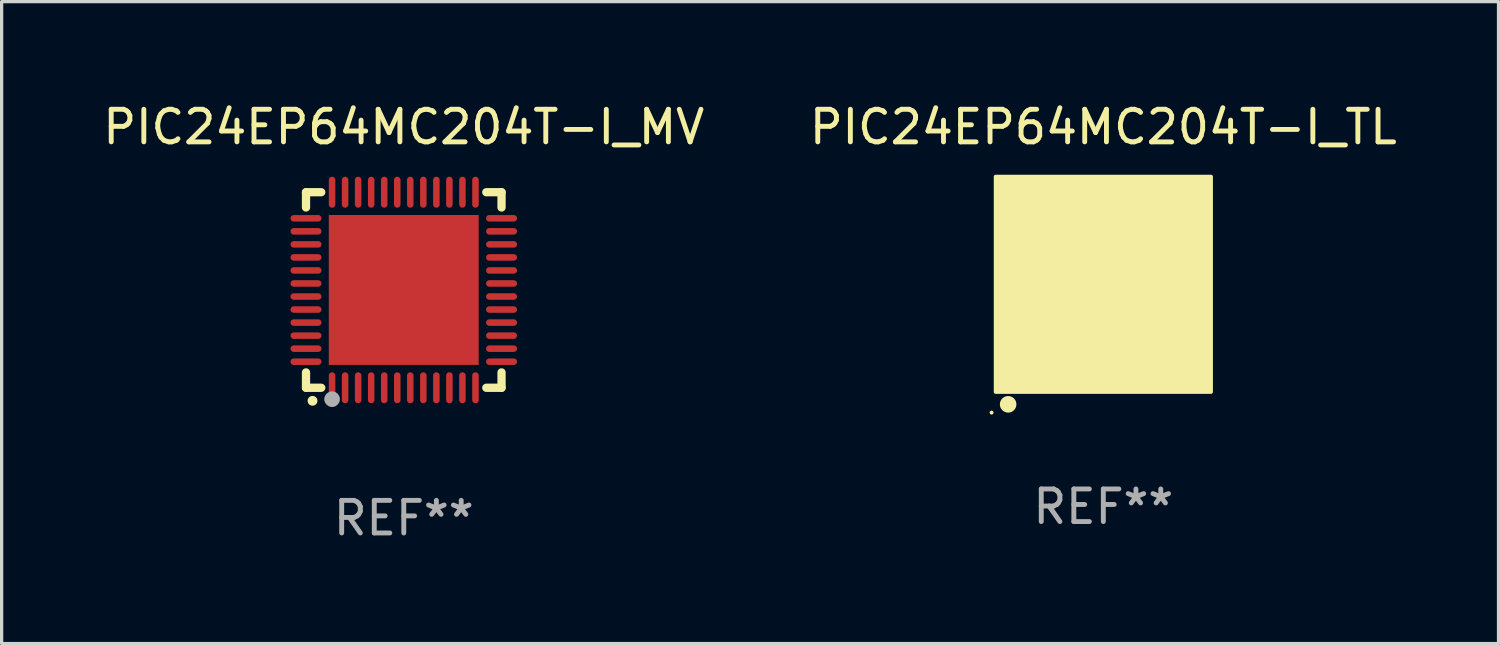
<source format=kicad_pcb>
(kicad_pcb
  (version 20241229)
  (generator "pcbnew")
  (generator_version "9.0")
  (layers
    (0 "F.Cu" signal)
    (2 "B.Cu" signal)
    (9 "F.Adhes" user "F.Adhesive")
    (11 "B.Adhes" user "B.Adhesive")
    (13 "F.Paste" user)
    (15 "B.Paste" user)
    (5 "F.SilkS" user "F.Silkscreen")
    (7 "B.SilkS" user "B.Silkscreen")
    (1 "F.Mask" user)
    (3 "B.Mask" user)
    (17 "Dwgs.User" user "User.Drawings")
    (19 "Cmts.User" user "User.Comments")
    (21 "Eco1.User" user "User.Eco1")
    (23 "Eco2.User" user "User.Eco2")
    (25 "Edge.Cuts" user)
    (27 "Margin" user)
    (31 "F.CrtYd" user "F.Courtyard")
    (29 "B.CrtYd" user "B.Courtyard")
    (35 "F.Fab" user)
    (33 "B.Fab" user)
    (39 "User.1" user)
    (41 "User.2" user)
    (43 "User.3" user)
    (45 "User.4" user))
  (footprint "PIC24EP64MC204T-I_MV"
    (layer "F.Cu")
    (at 9.339 5.848)
    (property "Reference" "PIC24EP64MC204T-I_MV" (at 0 -5 0) (layer "F.SilkS") (effects (font (size 1 1) (thickness 0.15))))
    (attr through_hole)
    (fp_line (start -3 -3) (end -2.532 -3) (stroke (width 0.254) (type solid)) (layer "F.SilkS"))
    (fp_line (start -3 -2.532) (end -3 -3) (stroke (width 0.254) (type solid)) (layer "F.SilkS"))
    (fp_line (start -3 3) (end -3 2.529) (stroke (width 0.254) (type solid)) (layer "F.SilkS"))
    (fp_line (start -2.532 3) (end -3 3) (stroke (width 0.254) (type solid)) (layer "F.SilkS"))
    (fp_line (start 2.532 -3) (end 3 -3) (stroke (width 0.254) (type solid)) (layer "F.SilkS"))
    (fp_line (start 3 -3) (end 3 -2.532) (stroke (width 0.254) (type solid)) (layer "F.SilkS"))
    (fp_line (start 3 2.529) (end 3 3) (stroke (width 0.254) (type solid)) (layer "F.SilkS"))
    (fp_line (start 3 3) (end 2.532 3) (stroke (width 0.254) (type solid)) (layer "F.SilkS"))
    (fp_arc (start -2.801295 3.400025) (mid -2.800025 3.40002) (end -2.798755 3.400025) (stroke (width 0.3) (type solid)) (layer "F.SilkS"))
    (fp_circle (center -3 3) (end -2.97 3) (stroke (width 0.06) (type solid)) (fill no) (layer "F.SilkS"))
    (fp_circle (center -2.2 3.35) (end -2.08 3.35) (stroke (width 0.24) (type solid)) (fill no) (layer "F.Fab"))
    (fp_text user "REF**" (at 0 7 0) (layer "F.Fab") (effects (font (size 1 1) (thickness 0.15))))
    (pad "1" smd oval (at -2.2 3) (size 0.2 0.95) (layers "F.Cu" "F.Mask" "F.Paste"))
    (pad "2" smd oval (at -1.8 3) (size 0.2 0.95) (layers "F.Cu" "F.Mask" "F.Paste"))
    (pad "3" smd oval (at -1.4 3) (size 0.2 0.95) (layers "F.Cu" "F.Mask" "F.Paste"))
    (pad "4" smd oval (at -1 3) (size 0.2 0.95) (layers "F.Cu" "F.Mask" "F.Paste"))
    (pad "5" smd oval (at -0.6 3) (size 0.2 0.95) (layers "F.Cu" "F.Mask" "F.Paste"))
    (pad "6" smd oval (at -0.2 3) (size 0.2 0.95) (layers "F.Cu" "F.Mask" "F.Paste"))
    (pad "7" smd oval (at 0.2 3) (size 0.2 0.95) (layers "F.Cu" "F.Mask" "F.Paste"))
    (pad "8" smd oval (at 0.6 3) (size 0.2 0.95) (layers "F.Cu" "F.Mask" "F.Paste"))
    (pad "9" smd oval (at 1 3) (size 0.2 0.95) (layers "F.Cu" "F.Mask" "F.Paste"))
    (pad "10" smd oval (at 1.4 3) (size 0.2 0.95) (layers "F.Cu" "F.Mask" "F.Paste"))
    (pad "11" smd oval (at 1.8 3) (size 0.2 0.95) (layers "F.Cu" "F.Mask" "F.Paste"))
    (pad "12" smd oval (at 2.2 3) (size 0.2 0.95) (layers "F.Cu" "F.Mask" "F.Paste"))
    (pad "13" smd oval (at 3 2.2 90) (size 0.2 0.95) (layers "F.Cu" "F.Mask" "F.Paste"))
    (pad "14" smd oval (at 3 1.8 90) (size 0.2 0.95) (layers "F.Cu" "F.Mask" "F.Paste"))
    (pad "15" smd oval (at 3 1.4 90) (size 0.2 0.95) (layers "F.Cu" "F.Mask" "F.Paste"))
    (pad "16" smd oval (at 3 1 90) (size 0.2 0.95) (layers "F.Cu" "F.Mask" "F.Paste"))
    (pad "17" smd oval (at 3 0.6 90) (size 0.2 0.95) (layers "F.Cu" "F.Mask" "F.Paste"))
    (pad "18" smd oval (at 3 0.2 90) (size 0.2 0.95) (layers "F.Cu" "F.Mask" "F.Paste"))
    (pad "19" smd oval (at 3 -0.2 90) (size 0.2 0.95) (layers "F.Cu" "F.Mask" "F.Paste"))
    (pad "20" smd oval (at 3 -0.6 90) (size 0.2 0.95) (layers "F.Cu" "F.Mask" "F.Paste"))
    (pad "21" smd oval (at 3 -1 90) (size 0.2 0.95) (layers "F.Cu" "F.Mask" "F.Paste"))
    (pad "22" smd oval (at 3 -1.4 90) (size 0.2 0.95) (layers "F.Cu" "F.Mask" "F.Paste"))
    (pad "23" smd oval (at 3 -1.8 90) (size 0.2 0.95) (layers "F.Cu" "F.Mask" "F.Paste"))
    (pad "24" smd oval (at 3 -2.2 90) (size 0.2 0.95) (layers "F.Cu" "F.Mask" "F.Paste"))
    (pad "25" smd oval (at 2.2 -3 180) (size 0.2 0.95) (layers "F.Cu" "F.Mask" "F.Paste"))
    (pad "26" smd oval (at 1.8 -3 180) (size 0.2 0.95) (layers "F.Cu" "F.Mask" "F.Paste"))
    (pad "27" smd oval (at 1.4 -3 180) (size 0.2 0.95) (layers "F.Cu" "F.Mask" "F.Paste"))
    (pad "28" smd oval (at 1 -3 180) (size 0.2 0.95) (layers "F.Cu" "F.Mask" "F.Paste"))
    (pad "29" smd oval (at 0.6 -3 180) (size 0.2 0.95) (layers "F.Cu" "F.Mask" "F.Paste"))
    (pad "30" smd oval (at 0.2 -3 180) (size 0.2 0.95) (layers "F.Cu" "F.Mask" "F.Paste"))
    (pad "31" smd oval (at -0.2 -3 180) (size 0.2 0.95) (layers "F.Cu" "F.Mask" "F.Paste"))
    (pad "32" smd oval (at -0.6 -3 180) (size 0.2 0.95) (layers "F.Cu" "F.Mask" "F.Paste"))
    (pad "33" smd oval (at -1 -3 180) (size 0.2 0.95) (layers "F.Cu" "F.Mask" "F.Paste"))
    (pad "34" smd oval (at -1.4 -3 180) (size 0.2 0.95) (layers "F.Cu" "F.Mask" "F.Paste"))
    (pad "35" smd oval (at -1.8 -3 180) (size 0.2 0.95) (layers "F.Cu" "F.Mask" "F.Paste"))
    (pad "36" smd oval (at -2.2 -3 180) (size 0.2 0.95) (layers "F.Cu" "F.Mask" "F.Paste"))
    (pad "37" smd oval (at -3 -2.2 270) (size 0.2 0.95) (layers "F.Cu" "F.Mask" "F.Paste"))
    (pad "38" smd oval (at -3 -1.8 270) (size 0.2 0.95) (layers "F.Cu" "F.Mask" "F.Paste"))
    (pad "39" smd oval (at -3 -1.4 270) (size 0.2 0.95) (layers "F.Cu" "F.Mask" "F.Paste"))
    (pad "40" smd oval (at -3 -1 270) (size 0.2 0.95) (layers "F.Cu" "F.Mask" "F.Paste"))
    (pad "41" smd oval (at -3 -0.6 270) (size 0.2 0.95) (layers "F.Cu" "F.Mask" "F.Paste"))
    (pad "42" smd oval (at -3 -0.2 270) (size 0.2 0.95) (layers "F.Cu" "F.Mask" "F.Paste"))
    (pad "43" smd oval (at -3 0.2 270) (size 0.2 0.95) (layers "F.Cu" "F.Mask" "F.Paste"))
    (pad "44" smd oval (at -3 0.6 270) (size 0.2 0.95) (layers "F.Cu" "F.Mask" "F.Paste"))
    (pad "45" smd oval (at -3 1 270) (size 0.2 0.95) (layers "F.Cu" "F.Mask" "F.Paste"))
    (pad "46" smd oval (at -3 1.4 270) (size 0.2 0.95) (layers "F.Cu" "F.Mask" "F.Paste"))
    (pad "47" smd oval (at -3 1.8 270) (size 0.2 0.95) (layers "F.Cu" "F.Mask" "F.Paste"))
    (pad "48" smd oval (at -3 2.2 270) (size 0.2 0.95) (layers "F.Cu" "F.Mask" "F.Paste"))
    (pad "49" smd rect (at -0.001 -0.001 180) (size 4.6 4.6) (layers "F.Cu" "F.Mask" "F.Paste")))
  (footprint "PIC24EP64MC204T-I_TL"
    (layer "F.Cu")
    (at 30.804 5.673)
    (property "Reference" "PIC24EP64MC204T-I_TL" (at 0 -4.825 0) (layer "F.SilkS") (effects (font (size 1 1) (thickness 0.15))))
    (attr through_hole)
    (fp_circle (center -3.429 3.937) (end -3.399 3.937) (stroke (width 0.06) (type solid)) (fill no) (layer "F.SilkS"))
    (fp_circle (center -2.921 3.683) (end -2.794 3.683) (stroke (width 0.254) (type solid)) (fill no) (layer "F.SilkS"))
    (fp_poly (pts (xy -3.302 -3.302) (xy 3.302 -3.302) (xy 3.302 3.302) (xy -3.302 3.302)) (stroke (width 0.12) (type solid)) (fill yes) (layer "F.SilkS"))
    (fp_text user "REF**" (at 0 6.825 0) (layer "F.Fab") (effects (font (size 1 1) (thickness 0.15))))
    (pad "1" smd rect (at -2.25 2.825) (size 0.3 0.45) (layers "F.Cu" "F.Mask" "F.Paste"))
    (pad "2" smd rect (at -1.75 2.825) (size 0.3 0.45) (layers "F.Cu" "F.Mask" "F.Paste"))
    (pad "3" smd rect (at -1.25 2.825) (size 0.3 0.45) (layers "F.Cu" "F.Mask" "F.Paste"))
    (pad "4" smd rect (at -0.75 2.825) (size 0.3 0.45) (layers "F.Cu" "F.Mask" "F.Paste"))
    (pad "5" smd rect (at -0.25 2.825) (size 0.3 0.45) (layers "F.Cu" "F.Mask" "F.Paste"))
    (pad "6" smd rect (at 0.25 2.825) (size 0.3 0.45) (layers "F.Cu" "F.Mask" "F.Paste"))
    (pad "7" smd rect (at 0.75 2.825) (size 0.3 0.45) (layers "F.Cu" "F.Mask" "F.Paste"))
    (pad "8" smd rect (at 1.25 2.825) (size 0.3 0.45) (layers "F.Cu" "F.Mask" "F.Paste"))
    (pad "9" smd rect (at 1.75 2.825) (size 0.3 0.45) (layers "F.Cu" "F.Mask" "F.Paste"))
    (pad "10" smd rect (at 2.25 2.825) (size 0.3 0.45) (layers "F.Cu" "F.Mask" "F.Paste"))
    (pad "11" smd rect (at 2.825 2.825 90) (size 0.45 0.45) (layers "F.Cu" "F.Mask" "F.Paste"))
    (pad "12" smd rect (at 2.825 2.25 90) (size 0.3 0.45) (layers "F.Cu" "F.Mask" "F.Paste"))
    (pad "13" smd rect (at 2.825 1.75 90) (size 0.3 0.45) (layers "F.Cu" "F.Mask" "F.Paste"))
    (pad "14" smd rect (at 2.825 1.25 90) (size 0.3 0.45) (layers "F.Cu" "F.Mask" "F.Paste"))
    (pad "15" smd rect (at 2.825 0.75 90) (size 0.3 0.45) (layers "F.Cu" "F.Mask" "F.Paste"))
    (pad "16" smd rect (at 2.825 0.25 90) (size 0.3 0.45) (layers "F.Cu" "F.Mask" "F.Paste"))
    (pad "17" smd rect (at 2.825 -0.25 90) (size 0.3 0.45) (layers "F.Cu" "F.Mask" "F.Paste"))
    (pad "18" smd rect (at 2.825 -0.75 90) (size 0.3 0.45) (layers "F.Cu" "F.Mask" "F.Paste"))
    (pad "19" smd rect (at 2.825 -1.25 90) (size 0.3 0.45) (layers "F.Cu" "F.Mask" "F.Paste"))
    (pad "20" smd rect (at 2.825 -1.75 90) (size 0.3 0.45) (layers "F.Cu" "F.Mask" "F.Paste"))
    (pad "21" smd rect (at 2.825 -2.25 90) (size 0.3 0.45) (layers "F.Cu" "F.Mask" "F.Paste"))
    (pad "22" smd rect (at 2.825 -2.825 90) (size 0.45 0.45) (layers "F.Cu" "F.Mask" "F.Paste"))
    (pad "23" smd rect (at 2.25 -2.825) (size 0.3 0.45) (layers "F.Cu" "F.Mask" "F.Paste"))
    (pad "24" smd rect (at 1.75 -2.825) (size 0.3 0.45) (layers "F.Cu" "F.Mask" "F.Paste"))
    (pad "25" smd rect (at 1.25 -2.825) (size 0.3 0.45) (layers "F.Cu" "F.Mask" "F.Paste"))
    (pad "26" smd rect (at 0.75 -2.825) (size 0.3 0.45) (layers "F.Cu" "F.Mask" "F.Paste"))
    (pad "27" smd rect (at 0.25 -2.825) (size 0.3 0.45) (layers "F.Cu" "F.Mask" "F.Paste"))
    (pad "28" smd rect (at -0.25 -2.825) (size 0.3 0.45) (layers "F.Cu" "F.Mask" "F.Paste"))
    (pad "29" smd rect (at -0.75 -2.825) (size 0.3 0.45) (layers "F.Cu" "F.Mask" "F.Paste"))
    (pad "30" smd rect (at -1.25 -2.825) (size 0.3 0.45) (layers "F.Cu" "F.Mask" "F.Paste"))
    (pad "31" smd rect (at -1.75 -2.825) (size 0.3 0.45) (layers "F.Cu" "F.Mask" "F.Paste"))
    (pad "32" smd rect (at -2.25 -2.825) (size 0.3 0.45) (layers "F.Cu" "F.Mask" "F.Paste"))
    (pad "33" smd rect (at -2.825 -2.825 90) (size 0.45 0.45) (layers "F.Cu" "F.Mask" "F.Paste"))
    (pad "34" smd rect (at -2.825 -2.25 90) (size 0.3 0.45) (layers "F.Cu" "F.Mask" "F.Paste"))
    (pad "35" smd rect (at -2.825 -1.75 90) (size 0.3 0.45) (layers "F.Cu" "F.Mask" "F.Paste"))
    (pad "36" smd rect (at -2.825 -1.25 90) (size 0.3 0.45) (layers "F.Cu" "F.Mask" "F.Paste"))
    (pad "37" smd rect (at -2.825 -0.75 90) (size 0.3 0.45) (layers "F.Cu" "F.Mask" "F.Paste"))
    (pad "38" smd rect (at -2.825 -0.25 90) (size 0.3 0.45) (layers "F.Cu" "F.Mask" "F.Paste"))
    (pad "39" smd rect (at -2.825 0.25 90) (size 0.3 0.45) (layers "F.Cu" "F.Mask" "F.Paste"))
    (pad "40" smd rect (at -2.825 0.75 90) (size 0.3 0.45) (layers "F.Cu" "F.Mask" "F.Paste"))
    (pad "41" smd rect (at -2.825 1.25 90) (size 0.3 0.45) (layers "F.Cu" "F.Mask" "F.Paste"))
    (pad "42" smd rect (at -2.825 1.75 90) (size 0.3 0.45) (layers "F.Cu" "F.Mask" "F.Paste"))
    (pad "43" smd rect (at -2.825 2.25 90) (size 0.3 0.45) (layers "F.Cu" "F.Mask" "F.Paste"))
    (pad "44" smd rect (at -2.825 2.825 90) (size 0.45 0.45) (layers "F.Cu" "F.Mask" "F.Paste"))
    (pad "45" smd rect (at 0 0 90) (size 4.6 4.6) (layers "F.Cu" "F.Mask" "F.Paste")))
  (gr_rect
    (start -3 -3)
    (end 42.929 16.697)
    (stroke (width 0.1) (type default))
    (fill no)
    (layer "Edge.Cuts")))
</source>
